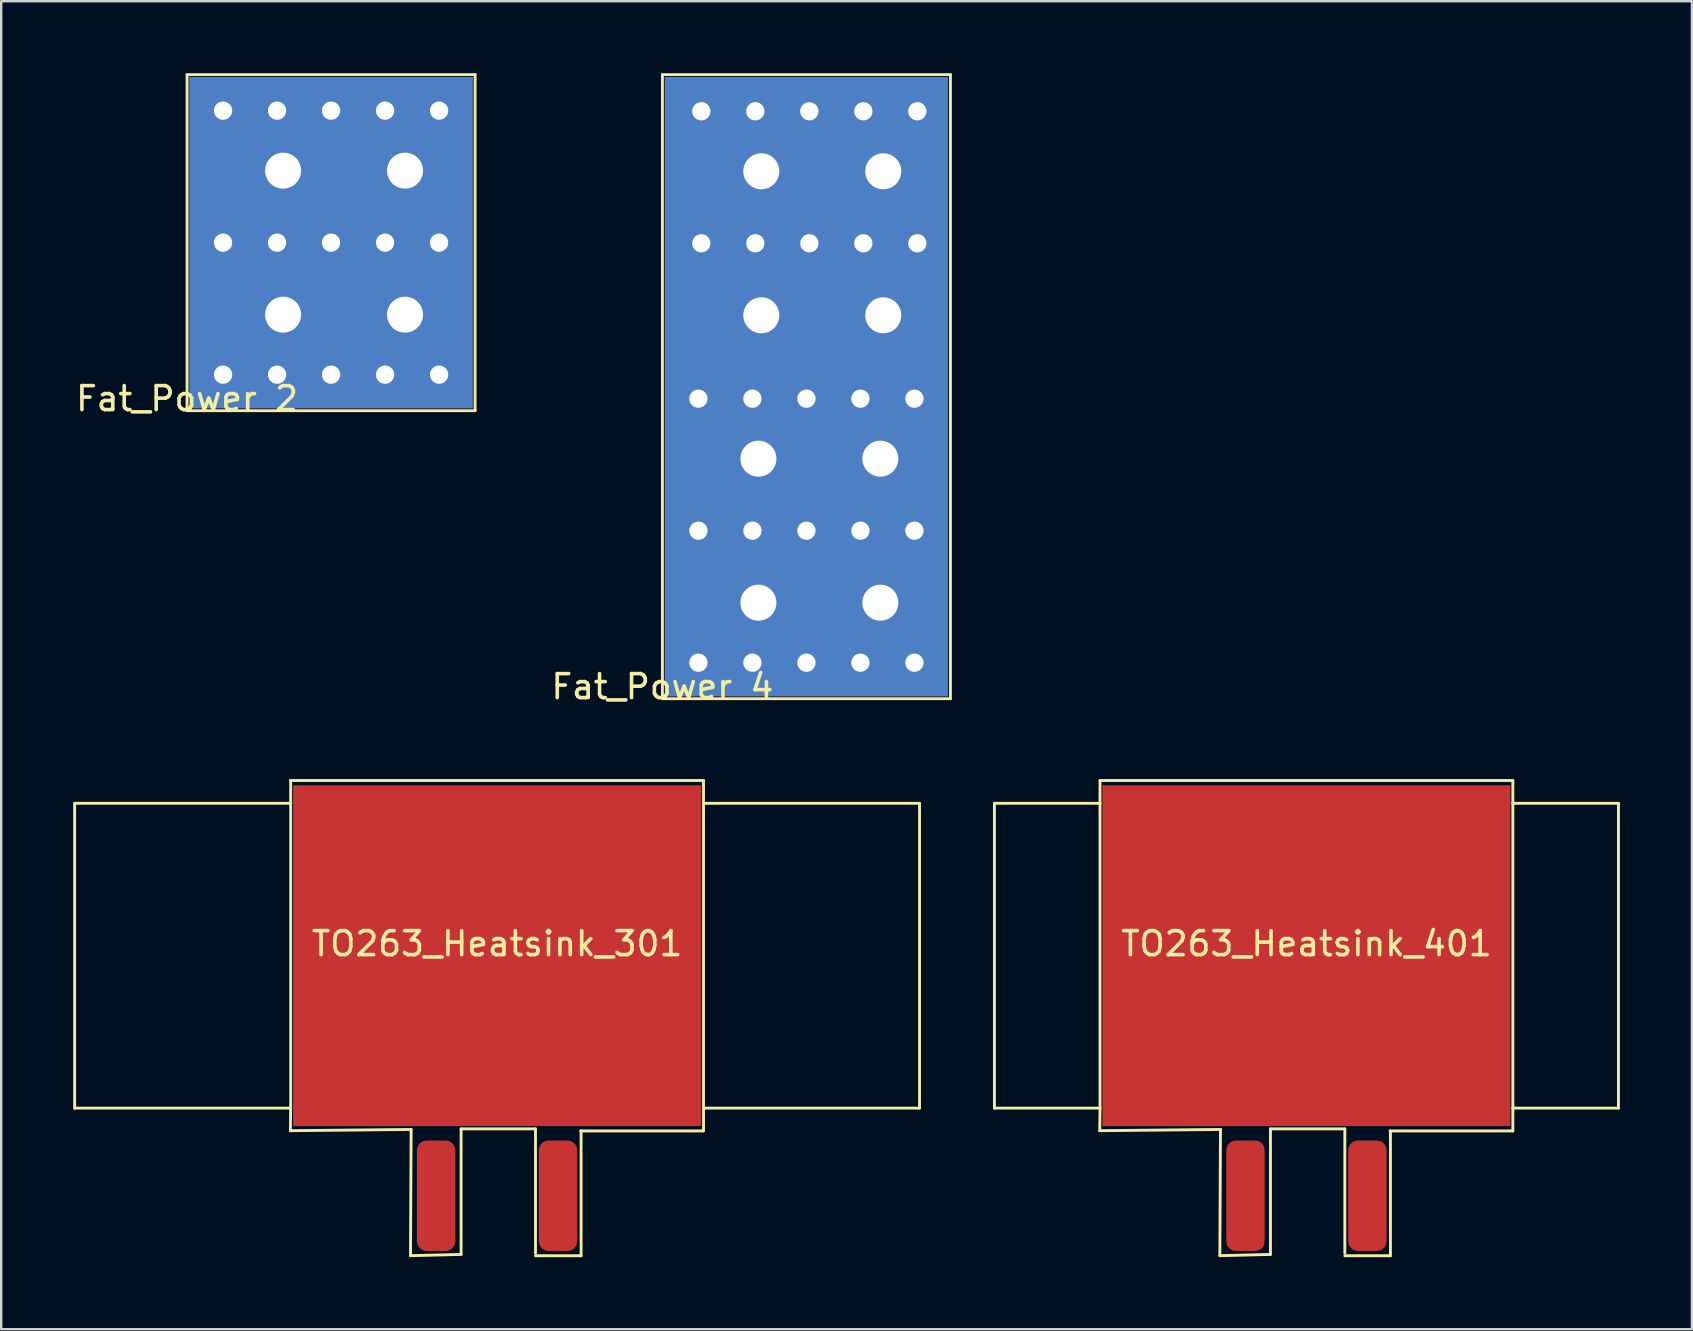
<source format=kicad_pcb>
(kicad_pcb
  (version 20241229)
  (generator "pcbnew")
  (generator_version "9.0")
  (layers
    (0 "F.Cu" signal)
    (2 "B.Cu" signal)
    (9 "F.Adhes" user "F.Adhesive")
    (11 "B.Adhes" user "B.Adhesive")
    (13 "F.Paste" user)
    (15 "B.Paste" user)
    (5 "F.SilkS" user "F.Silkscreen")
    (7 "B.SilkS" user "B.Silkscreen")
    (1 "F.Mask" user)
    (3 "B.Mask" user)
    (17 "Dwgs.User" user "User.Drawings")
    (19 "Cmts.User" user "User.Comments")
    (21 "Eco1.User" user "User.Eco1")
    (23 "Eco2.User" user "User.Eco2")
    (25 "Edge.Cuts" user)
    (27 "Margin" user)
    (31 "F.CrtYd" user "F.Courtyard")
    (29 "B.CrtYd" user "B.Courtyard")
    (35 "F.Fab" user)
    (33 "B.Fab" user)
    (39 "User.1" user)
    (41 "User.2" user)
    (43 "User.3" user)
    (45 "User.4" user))
  (footprint "Fat_Power 2"
    (layer "F.Cu")
    (at 4.744 14.06)
    (property "Reference" "Fat_Power 2" (at 0 -0.5 0) (unlocked yes) (layer "F.SilkS") (effects (font (size 1 1) (thickness 0.15))))
    (attr through_hole)
    (fp_line (start 0 -14) (end 12 -14) (stroke (width 0.12) (type default)) (layer "F.SilkS"))
    (fp_line (start 0 0) (end 0 -14) (stroke (width 0.12) (type default)) (layer "F.SilkS"))
    (fp_line (start 12 -14) (end 12 0) (stroke (width 0.12) (type default)) (layer "F.SilkS"))
    (fp_line (start 12 0) (end 0 0) (stroke (width 0.12) (type default)) (layer "F.SilkS"))
    (pad "1" thru_hole circle (at 1.5 -12.5) (size 1.524 1.524) (drill 0.762) (layers "*.Cu" "*.Mask"))
    (pad "1" thru_hole circle (at 1.5 -7) (size 1.524 1.524) (drill 0.762) (layers "*.Cu" "*.Mask"))
    (pad "1" thru_hole circle (at 1.5 -1.5) (size 1.524 1.524) (drill 0.762) (layers "*.Cu" "*.Mask"))
    (pad "1" thru_hole circle (at 3.75 -12.5) (size 1.524 1.524) (drill 0.762) (layers "*.Cu" "*.Mask"))
    (pad "1" thru_hole circle (at 3.75 -7) (size 1.524 1.524) (drill 0.762) (layers "*.Cu" "*.Mask"))
    (pad "1" thru_hole circle (at 3.75 -1.5) (size 1.524 1.524) (drill 0.762) (layers "*.Cu" "*.Mask"))
    (pad "1" thru_hole circle (at 4 -10) (size 2.5 2.5) (drill 1.5) (layers "*.Cu" "*.Mask"))
    (pad "1" thru_hole circle (at 4 -4) (size 2.5 2.5) (drill 1.5) (layers "*.Cu" "*.Mask"))
    (pad "1" thru_hole circle (at 6 -12.5) (size 1.524 1.524) (drill 0.762) (layers "*.Cu" "*.Mask"))
    (pad "1" thru_hole circle (at 6 -7) (size 1.524 1.524) (drill 0.762) (layers "*.Cu" "*.Mask"))
    (pad "1" smd rect (at 6 -7) (size 11.8 13.8) (layers "F.Cu" "F.Mask"))
    (pad "1" smd rect (at 6 -7) (size 11.8 13.8) (layers "B.Cu"))
    (pad "1" thru_hole circle (at 6 -1.5) (size 1.524 1.524) (drill 0.762) (layers "*.Cu" "*.Mask"))
    (pad "1" thru_hole circle (at 8.25 -12.5) (size 1.524 1.524) (drill 0.762) (layers "*.Cu" "*.Mask"))
    (pad "1" thru_hole circle (at 8.25 -7) (size 1.524 1.524) (drill 0.762) (layers "*.Cu" "*.Mask"))
    (pad "1" thru_hole circle (at 8.25 -1.5) (size 1.524 1.524) (drill 0.762) (layers "*.Cu" "*.Mask"))
    (pad "1" thru_hole circle (at 9.08 -10) (size 2.5 2.5) (drill 1.5) (layers "*.Cu" "*.Mask"))
    (pad "1" thru_hole circle (at 9.08 -4) (size 2.5 2.5) (drill 1.5) (layers "*.Cu" "*.Mask"))
    (pad "1" thru_hole circle (at 10.5 -12.5) (size 1.524 1.524) (drill 0.762) (layers "*.Cu" "*.Mask"))
    (pad "1" thru_hole circle (at 10.5 -7) (size 1.524 1.524) (drill 0.762) (layers "*.Cu" "*.Mask"))
    (pad "1" thru_hole circle (at 10.5 -1.5) (size 1.524 1.524) (drill 0.762) (layers "*.Cu" "*.Mask")))
  (footprint "TO263_Heatsink_401"
    (layer "F.Cu")
    (at 51.38 36.768)
    (property "Reference" "TO263_Heatsink_401" (at 0 -0.5 0) (unlocked yes) (layer "F.SilkS") (effects (font (size 1 1) (thickness 0.15))))
    (attr smd)
    (fp_line (start -13 -6.35) (end -13 6.35) (stroke (width 0.12) (type default)) (layer "F.SilkS"))
    (fp_line (start -13 -6.35) (end -8.6 -6.35) (stroke (width 0.12) (type default)) (layer "F.SilkS"))
    (fp_line (start -13 6.35) (end -8.6 6.35) (stroke (width 0.12) (type default)) (layer "F.SilkS"))
    (fp_line (start -8.611 7.29) (end -3.581 7.239) (stroke (width 0.12) (type default)) (layer "F.SilkS"))
    (fp_line (start -8.6 -7.3) (end 8.6 -7.3) (stroke (width 0.12) (type default)) (layer "F.SilkS"))
    (fp_line (start -8.6 -6.35) (end -8.6 -7.3) (stroke (width 0.12) (type default)) (layer "F.SilkS"))
    (fp_line (start -8.6 -6.35) (end -8.6 6.35) (stroke (width 0.12) (type default)) (layer "F.SilkS"))
    (fp_line (start -8.6 6.35) (end -8.611 7.29) (stroke (width 0.12) (type default)) (layer "F.SilkS"))
    (fp_line (start -3.607 12.497) (end -1.499 12.446) (stroke (width 0.12) (type default)) (layer "F.SilkS"))
    (fp_line (start -3.581 7.239) (end -3.607 12.497) (stroke (width 0.12) (type default)) (layer "F.SilkS"))
    (fp_line (start -1.499 7.214) (end 1.6 7.214) (stroke (width 0.12) (type default)) (layer "F.SilkS"))
    (fp_line (start -1.499 12.446) (end -1.499 7.214) (stroke (width 0.12) (type default)) (layer "F.SilkS"))
    (fp_line (start 1.6 12.5) (end 3.5 12.5) (stroke (width 0.12) (type default)) (layer "F.SilkS"))
    (fp_line (start 1.6 7.214) (end 1.6 12.395) (stroke (width 0.12) (type default)) (layer "F.SilkS"))
    (fp_line (start 3.48 7.3) (end 8.6 7.3) (stroke (width 0.12) (type default)) (layer "F.SilkS"))
    (fp_line (start 3.5 12.5) (end 3.5 7.3) (stroke (width 0.12) (type default)) (layer "F.SilkS"))
    (fp_line (start 8.6 -7.3) (end 8.6 -6.35) (stroke (width 0.12) (type default)) (layer "F.SilkS"))
    (fp_line (start 8.6 -6.35) (end 8.6 6.35) (stroke (width 0.12) (type default)) (layer "F.SilkS"))
    (fp_line (start 8.6 -6.35) (end 13 -6.35) (stroke (width 0.12) (type default)) (layer "F.SilkS"))
    (fp_line (start 8.6 6.35) (end 13 6.35) (stroke (width 0.12) (type default)) (layer "F.SilkS"))
    (fp_line (start 8.6 7.3) (end 8.6 6.35) (stroke (width 0.12) (type default)) (layer "F.SilkS"))
    (fp_line (start 13 6.35) (end 13 -6.35) (stroke (width 0.12) (type default)) (layer "F.SilkS"))
    (pad "1" smd roundrect (at -2.54 10 90) (size 4.6 1.6) (layers "F.Cu" "F.Mask" "F.Paste") (roundrect_rratio 0.25))
    (pad "2" smd rect (at 0 0) (size 17 14.2) (layers "F.Cu" "F.Mask" "F.Paste"))
    (pad "3" smd roundrect (at 2.54 10 90) (size 4.6 1.6) (layers "F.Cu" "F.Mask" "F.Paste") (roundrect_rratio 0.25)))
  (footprint "Fat_Power 4"
    (layer "F.Cu")
    (at 24.548 26.06)
    (property "Reference" "Fat_Power 4" (at 0 -0.5 0) (unlocked yes) (layer "F.SilkS") (effects (font (size 1 1) (thickness 0.15))))
    (attr through_hole)
    (fp_line (start 0 -26) (end 12 -26) (stroke (width 0.12) (type default)) (layer "F.SilkS"))
    (fp_line (start 0 0) (end 0 -26) (stroke (width 0.12) (type default)) (layer "F.SilkS"))
    (fp_line (start 12 -26) (end 12 0) (stroke (width 0.12) (type default)) (layer "F.SilkS"))
    (fp_line (start 12 0) (end 0 0) (stroke (width 0.12) (type default)) (layer "F.SilkS"))
    (pad "1" thru_hole circle (at 1.5 -12.5) (size 1.524 1.524) (drill 0.762) (layers "*.Cu" "*.Mask"))
    (pad "1" thru_hole circle (at 1.5 -7) (size 1.524 1.524) (drill 0.762) (layers "*.Cu" "*.Mask"))
    (pad "1" thru_hole circle (at 1.5 -1.5) (size 1.524 1.524) (drill 0.762) (layers "*.Cu" "*.Mask"))
    (pad "1" thru_hole circle (at 1.621 -24.474) (size 1.524 1.524) (drill 0.762) (layers "*.Cu" "*.Mask"))
    (pad "1" thru_hole circle (at 1.621 -18.974) (size 1.524 1.524) (drill 0.762) (layers "*.Cu" "*.Mask"))
    (pad "1" thru_hole circle (at 3.75 -12.5) (size 1.524 1.524) (drill 0.762) (layers "*.Cu" "*.Mask"))
    (pad "1" thru_hole circle (at 3.75 -7) (size 1.524 1.524) (drill 0.762) (layers "*.Cu" "*.Mask"))
    (pad "1" thru_hole circle (at 3.75 -1.5) (size 1.524 1.524) (drill 0.762) (layers "*.Cu" "*.Mask"))
    (pad "1" thru_hole circle (at 3.871 -24.474) (size 1.524 1.524) (drill 0.762) (layers "*.Cu" "*.Mask"))
    (pad "1" thru_hole circle (at 3.871 -18.974) (size 1.524 1.524) (drill 0.762) (layers "*.Cu" "*.Mask"))
    (pad "1" thru_hole circle (at 4 -10) (size 2.5 2.5) (drill 1.5) (layers "*.Cu" "*.Mask"))
    (pad "1" thru_hole circle (at 4 -4) (size 2.5 2.5) (drill 1.5) (layers "*.Cu" "*.Mask"))
    (pad "1" thru_hole circle (at 4.121 -21.974) (size 2.5 2.5) (drill 1.5) (layers "*.Cu" "*.Mask"))
    (pad "1" thru_hole circle (at 4.121 -15.974) (size 2.5 2.5) (drill 1.5) (layers "*.Cu" "*.Mask"))
    (pad "1" smd rect (at 6 -13) (size 11.8 25.8) (layers "F.Cu" "F.Mask"))
    (pad "1" smd rect (at 6 -13) (size 11.8 25.8) (layers "B.Cu"))
    (pad "1" thru_hole circle (at 6 -12.5) (size 1.524 1.524) (drill 0.762) (layers "*.Cu" "*.Mask"))
    (pad "1" thru_hole circle (at 6 -7) (size 1.524 1.524) (drill 0.762) (layers "*.Cu" "*.Mask"))
    (pad "1" thru_hole circle (at 6 -1.5) (size 1.524 1.524) (drill 0.762) (layers "*.Cu" "*.Mask"))
    (pad "1" thru_hole circle (at 6.121 -24.474) (size 1.524 1.524) (drill 0.762) (layers "*.Cu" "*.Mask"))
    (pad "1" thru_hole circle (at 6.121 -18.974) (size 1.524 1.524) (drill 0.762) (layers "*.Cu" "*.Mask"))
    (pad "1" thru_hole circle (at 8.25 -12.5) (size 1.524 1.524) (drill 0.762) (layers "*.Cu" "*.Mask"))
    (pad "1" thru_hole circle (at 8.25 -7) (size 1.524 1.524) (drill 0.762) (layers "*.Cu" "*.Mask"))
    (pad "1" thru_hole circle (at 8.25 -1.5) (size 1.524 1.524) (drill 0.762) (layers "*.Cu" "*.Mask"))
    (pad "1" thru_hole circle (at 8.371 -24.474) (size 1.524 1.524) (drill 0.762) (layers "*.Cu" "*.Mask"))
    (pad "1" thru_hole circle (at 8.371 -18.974) (size 1.524 1.524) (drill 0.762) (layers "*.Cu" "*.Mask"))
    (pad "1" thru_hole circle (at 9.08 -10) (size 2.5 2.5) (drill 1.5) (layers "*.Cu" "*.Mask"))
    (pad "1" thru_hole circle (at 9.08 -4) (size 2.5 2.5) (drill 1.5) (layers "*.Cu" "*.Mask"))
    (pad "1" thru_hole circle (at 9.201 -21.974) (size 2.5 2.5) (drill 1.5) (layers "*.Cu" "*.Mask"))
    (pad "1" thru_hole circle (at 9.201 -15.974) (size 2.5 2.5) (drill 1.5) (layers "*.Cu" "*.Mask"))
    (pad "1" thru_hole circle (at 10.5 -12.5) (size 1.524 1.524) (drill 0.762) (layers "*.Cu" "*.Mask"))
    (pad "1" thru_hole circle (at 10.5 -7) (size 1.524 1.524) (drill 0.762) (layers "*.Cu" "*.Mask"))
    (pad "1" thru_hole circle (at 10.5 -1.5) (size 1.524 1.524) (drill 0.762) (layers "*.Cu" "*.Mask"))
    (pad "1" thru_hole circle (at 10.621 -24.474) (size 1.524 1.524) (drill 0.762) (layers "*.Cu" "*.Mask"))
    (pad "1" thru_hole circle (at 10.621 -18.974) (size 1.524 1.524) (drill 0.762) (layers "*.Cu" "*.Mask")))
  (footprint "TO263_Heatsink_301"
    (layer "F.Cu")
    (at 17.66 36.768)
    (property "Reference" "TO263_Heatsink_301" (at 0 -0.5 0) (unlocked yes) (layer "F.SilkS") (effects (font (size 1 1) (thickness 0.15))))
    (attr smd)
    (fp_line (start -17.6 -6.35) (end -17.6 6.35) (stroke (width 0.12) (type default)) (layer "F.SilkS"))
    (fp_line (start -17.6 -6.35) (end -8.6 -6.35) (stroke (width 0.12) (type default)) (layer "F.SilkS"))
    (fp_line (start -17.6 6.35) (end -8.6 6.35) (stroke (width 0.12) (type default)) (layer "F.SilkS"))
    (fp_line (start -8.611 7.29) (end -3.581 7.239) (stroke (width 0.12) (type default)) (layer "F.SilkS"))
    (fp_line (start -8.6 -7.3) (end 8.6 -7.3) (stroke (width 0.12) (type default)) (layer "F.SilkS"))
    (fp_line (start -8.6 -6.35) (end -8.6 -7.3) (stroke (width 0.12) (type default)) (layer "F.SilkS"))
    (fp_line (start -8.6 -6.35) (end -8.6 6.35) (stroke (width 0.12) (type default)) (layer "F.SilkS"))
    (fp_line (start -8.6 6.35) (end -8.611 7.29) (stroke (width 0.12) (type default)) (layer "F.SilkS"))
    (fp_line (start -3.607 12.497) (end -1.499 12.446) (stroke (width 0.12) (type default)) (layer "F.SilkS"))
    (fp_line (start -3.581 7.239) (end -3.607 12.497) (stroke (width 0.12) (type default)) (layer "F.SilkS"))
    (fp_line (start -1.499 7.214) (end 1.6 7.214) (stroke (width 0.12) (type default)) (layer "F.SilkS"))
    (fp_line (start -1.499 12.446) (end -1.499 7.214) (stroke (width 0.12) (type default)) (layer "F.SilkS"))
    (fp_line (start 1.6 12.5) (end 3.5 12.5) (stroke (width 0.12) (type default)) (layer "F.SilkS"))
    (fp_line (start 1.6 7.214) (end 1.6 12.395) (stroke (width 0.12) (type default)) (layer "F.SilkS"))
    (fp_line (start 3.48 7.3) (end 8.6 7.3) (stroke (width 0.12) (type default)) (layer "F.SilkS"))
    (fp_line (start 3.5 12.5) (end 3.5 7.3) (stroke (width 0.12) (type default)) (layer "F.SilkS"))
    (fp_line (start 8.6 -7.3) (end 8.6 -6.35) (stroke (width 0.12) (type default)) (layer "F.SilkS"))
    (fp_line (start 8.6 -6.35) (end 8.6 6.35) (stroke (width 0.12) (type default)) (layer "F.SilkS"))
    (fp_line (start 8.6 -6.35) (end 17.6 -6.35) (stroke (width 0.12) (type default)) (layer "F.SilkS"))
    (fp_line (start 8.6 6.35) (end 17.6 6.35) (stroke (width 0.12) (type default)) (layer "F.SilkS"))
    (fp_line (start 8.6 7.3) (end 8.6 6.35) (stroke (width 0.12) (type default)) (layer "F.SilkS"))
    (fp_line (start 17.6 6.35) (end 17.6 -6.35) (stroke (width 0.12) (type default)) (layer "F.SilkS"))
    (pad "1" smd roundrect (at -2.54 10 90) (size 4.6 1.6) (layers "F.Cu" "F.Mask" "F.Paste") (roundrect_rratio 0.25))
    (pad "2" smd rect (at 0 0) (size 17 14.2) (layers "F.Cu" "F.Mask" "F.Paste"))
    (pad "3" smd roundrect (at 2.54 10 90) (size 4.6 1.6) (layers "F.Cu" "F.Mask" "F.Paste") (roundrect_rratio 0.25)))
  (gr_rect
    (start -3 -3)
    (end 67.44 52.328)
    (stroke (width 0.1) (type default))
    (fill no)
    (layer "Edge.Cuts")))
</source>
